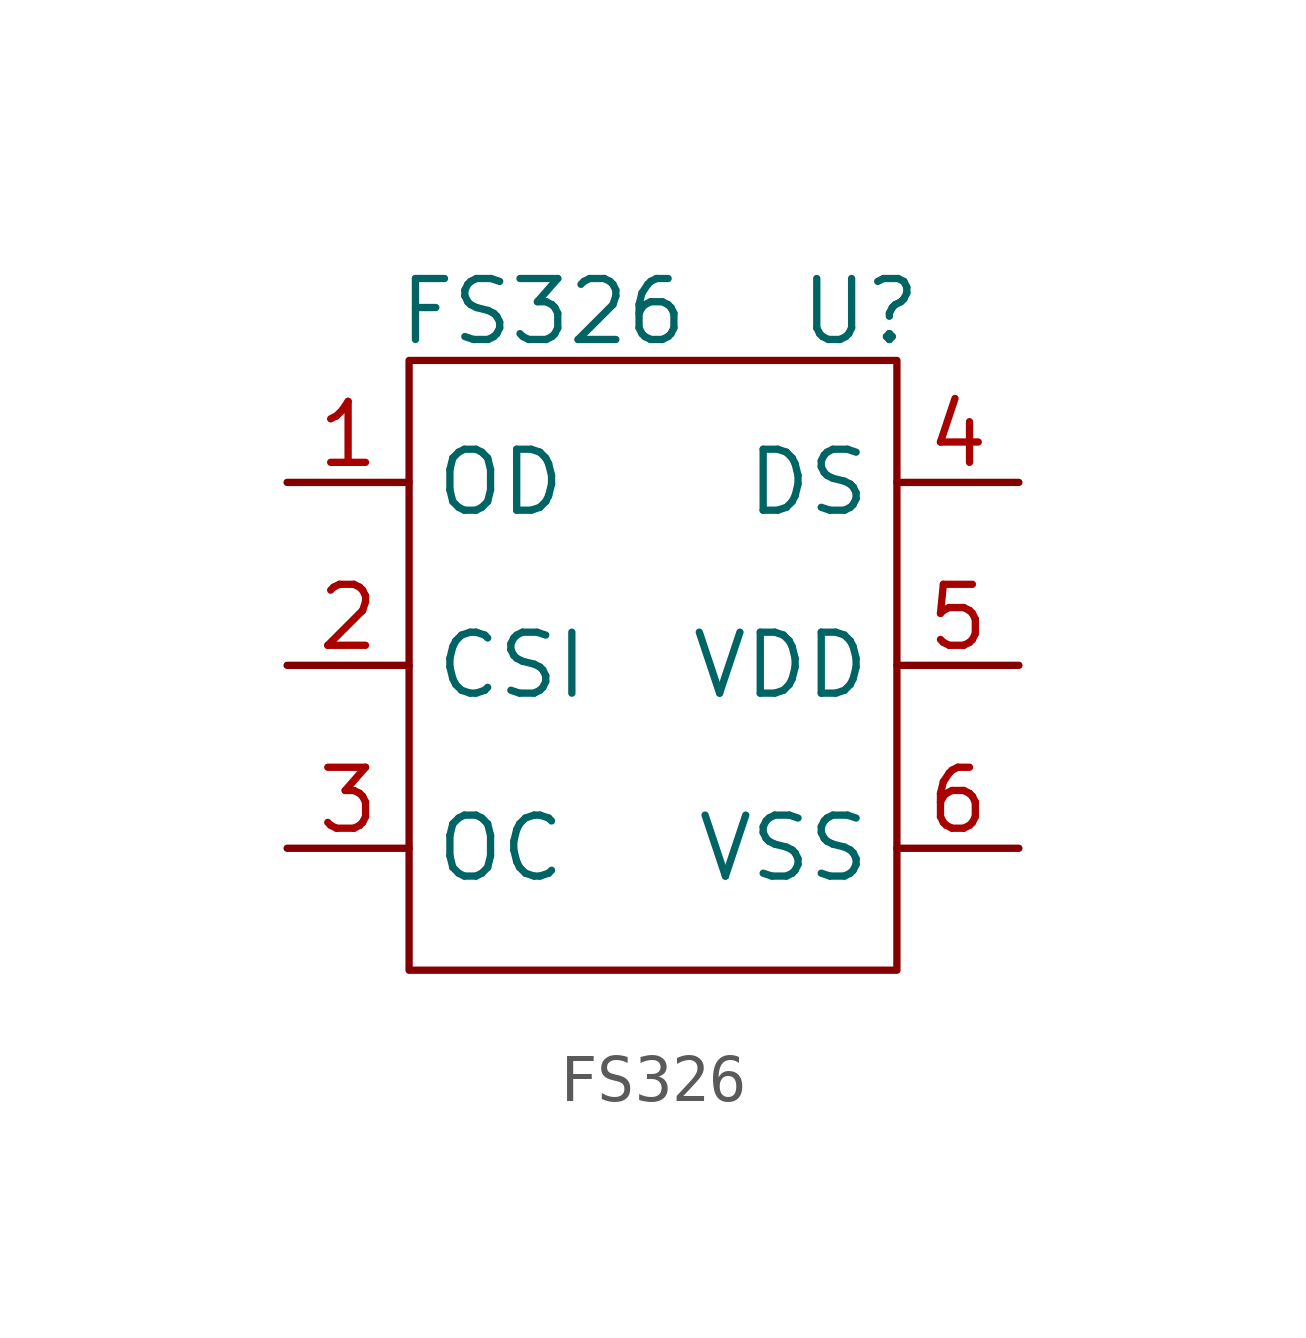
<source format=kicad_sym>
(kicad_symbol_lib
  (version 20241209)
  (generator "kicad_symbol_editor")
  (generator_version "9.0")
  (symbol "FS326"
    (property "Reference" "U"
      (at 4.318 -1.524 0)
      (effects (font (size 1.27 1.27))))
    (property "Value" "FS326"
      (at -2.286 -1.524 0)
      (effects (font (size 1.27 1.27))))
    (symbol "FS326_0_1"
      (rectangle (start -5.08 -2.54) (end 5.08 -15.24) (stroke (width 0) (type default)) (fill (type none))))
    (symbol "FS326_1_1"
      (pin passive line (at -7.62 -5.08 0) (length 2.54) (name "OD" (effects (font (size 1.27 1.27)))) (number "1" (effects (font (size 1.27 1.27)))))
      (pin passive line (at -7.62 -8.89 0) (length 2.54) (name "CSI" (effects (font (size 1.27 1.27)))) (number "2" (effects (font (size 1.27 1.27)))))
      (pin passive line (at -7.62 -12.7 0) (length 2.54) (name "OC" (effects (font (size 1.27 1.27)))) (number "3" (effects (font (size 1.27 1.27)))))
      (pin passive line (at 7.62 -5.08 180) (length 2.54) (name "DS" (effects (font (size 1.27 1.27)))) (number "4" (effects (font (size 1.27 1.27)))))
      (pin passive line (at 7.62 -8.89 180) (length 2.54) (name "VDD" (effects (font (size 1.27 1.27)))) (number "5" (effects (font (size 1.27 1.27)))))
      (pin passive line (at 7.62 -12.7 180) (length 2.54) (name "VSS" (effects (font (size 1.27 1.27)))) (number "6" (effects (font (size 1.27 1.27))))))))
</source>
